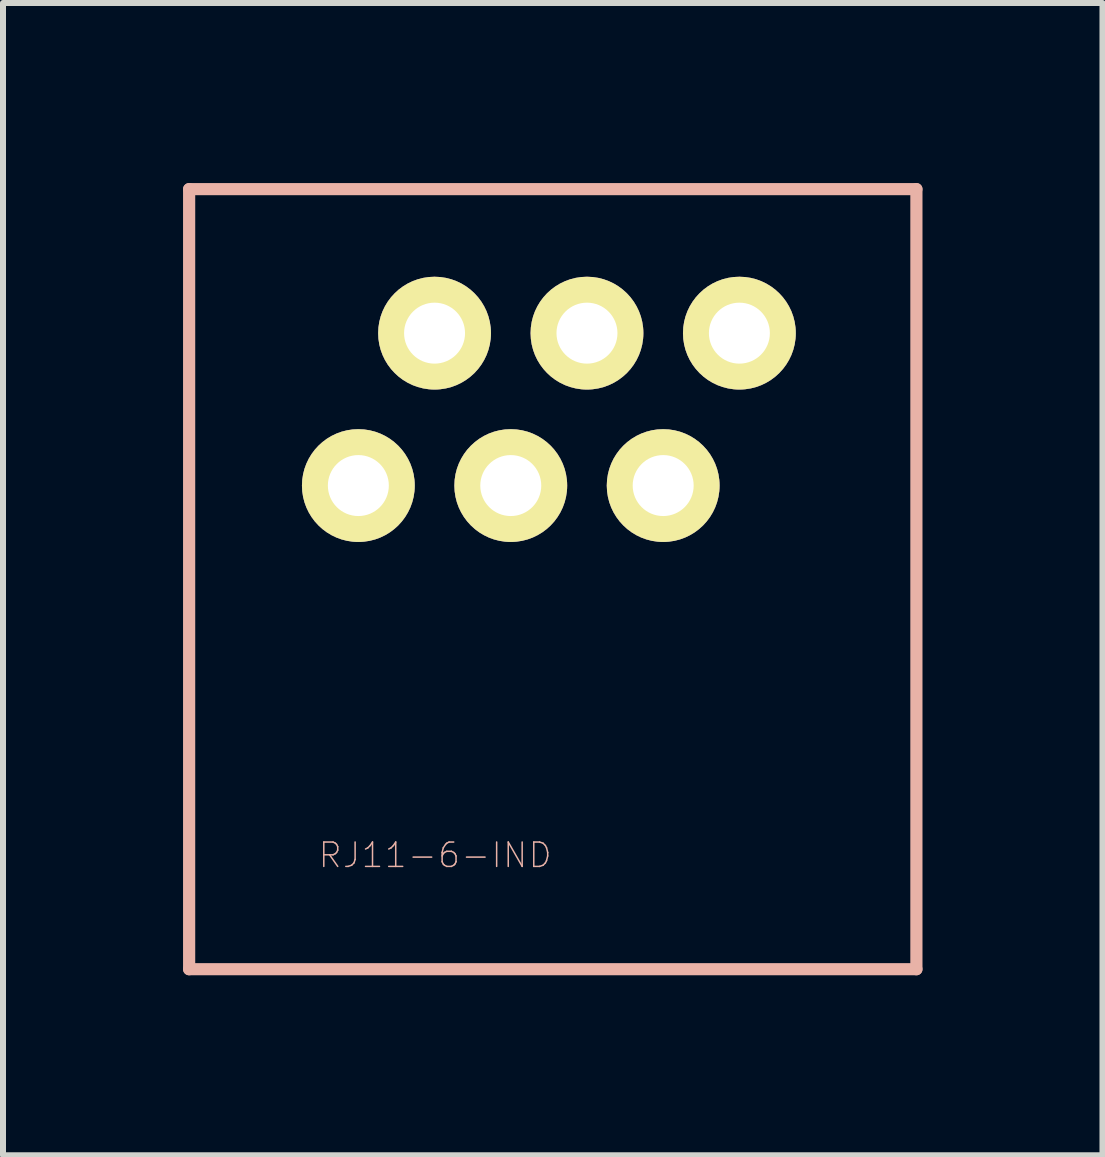
<source format=kicad_pcb>
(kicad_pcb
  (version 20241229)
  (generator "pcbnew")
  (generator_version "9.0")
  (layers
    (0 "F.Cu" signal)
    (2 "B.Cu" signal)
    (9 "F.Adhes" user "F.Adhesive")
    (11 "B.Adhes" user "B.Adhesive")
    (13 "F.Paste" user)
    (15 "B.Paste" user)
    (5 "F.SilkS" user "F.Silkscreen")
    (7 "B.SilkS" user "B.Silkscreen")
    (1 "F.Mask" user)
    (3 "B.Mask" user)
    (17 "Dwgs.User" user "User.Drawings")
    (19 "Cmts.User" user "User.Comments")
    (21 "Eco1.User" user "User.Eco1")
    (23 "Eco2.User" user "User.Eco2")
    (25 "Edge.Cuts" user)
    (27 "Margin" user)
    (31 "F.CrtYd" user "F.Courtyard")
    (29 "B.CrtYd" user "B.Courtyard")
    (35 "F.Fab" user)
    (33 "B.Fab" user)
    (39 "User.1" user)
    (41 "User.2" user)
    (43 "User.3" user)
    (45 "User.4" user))
  (footprint "RJ11-6-IND"
    (layer "F.Cu")
    (at 6.102 6.902)
    (property "Reference" "RJ11-6-IND" (at -1.9 4.3 180) (layer "B.SilkS") (effects (font (size 0.406 0.406) (thickness 0.025))))
    (attr exclude_from_pos_files exclude_from_bom)
    (fp_line (start -6 -6.8) (end -6 6.2) (stroke (width 0.203) (type solid)) (layer "B.SilkS"))
    (fp_line (start -6 -6.8) (end 6.12 -6.8) (stroke (width 0.203) (type solid)) (layer "B.SilkS"))
    (fp_line (start -6 6.2) (end 6.12 6.2) (stroke (width 0.203) (type solid)) (layer "B.SilkS"))
    (fp_line (start 6.12 6.2) (end 6.12 -6.8) (stroke (width 0.203) (type solid)) (layer "B.SilkS"))
    (pad "1" thru_hole circle (at 3.17 -4.4 180) (size 1.88 1.88) (drill 1.016) (layers "*.Cu" "F.Mask" "F.SilkS" "F.Paste"))
    (pad "2" thru_hole circle (at 1.9 -1.86 180) (size 1.88 1.88) (drill 1.016) (layers "*.Cu" "F.Mask" "F.SilkS" "F.Paste"))
    (pad "3" thru_hole circle (at 0.63 -4.4 180) (size 1.88 1.88) (drill 1.016) (layers "*.Cu" "F.Mask" "F.SilkS" "F.Paste"))
    (pad "4" thru_hole circle (at -0.64 -1.86 180) (size 1.88 1.88) (drill 1.016) (layers "*.Cu" "F.Mask" "F.SilkS" "F.Paste"))
    (pad "5" thru_hole circle (at -1.91 -4.4 180) (size 1.88 1.88) (drill 1.016) (layers "*.Cu" "F.Mask" "F.SilkS" "F.Paste"))
    (pad "6" thru_hole circle (at -3.18 -1.86 180) (size 1.88 1.88) (drill 1.016) (layers "*.Cu" "F.Mask" "F.SilkS" "F.Paste")))
  (gr_rect
    (start -3 -3)
    (end 15.323 16.203)
    (stroke (width 0.1) (type default))
    (fill no)
    (layer "Edge.Cuts")))
</source>
